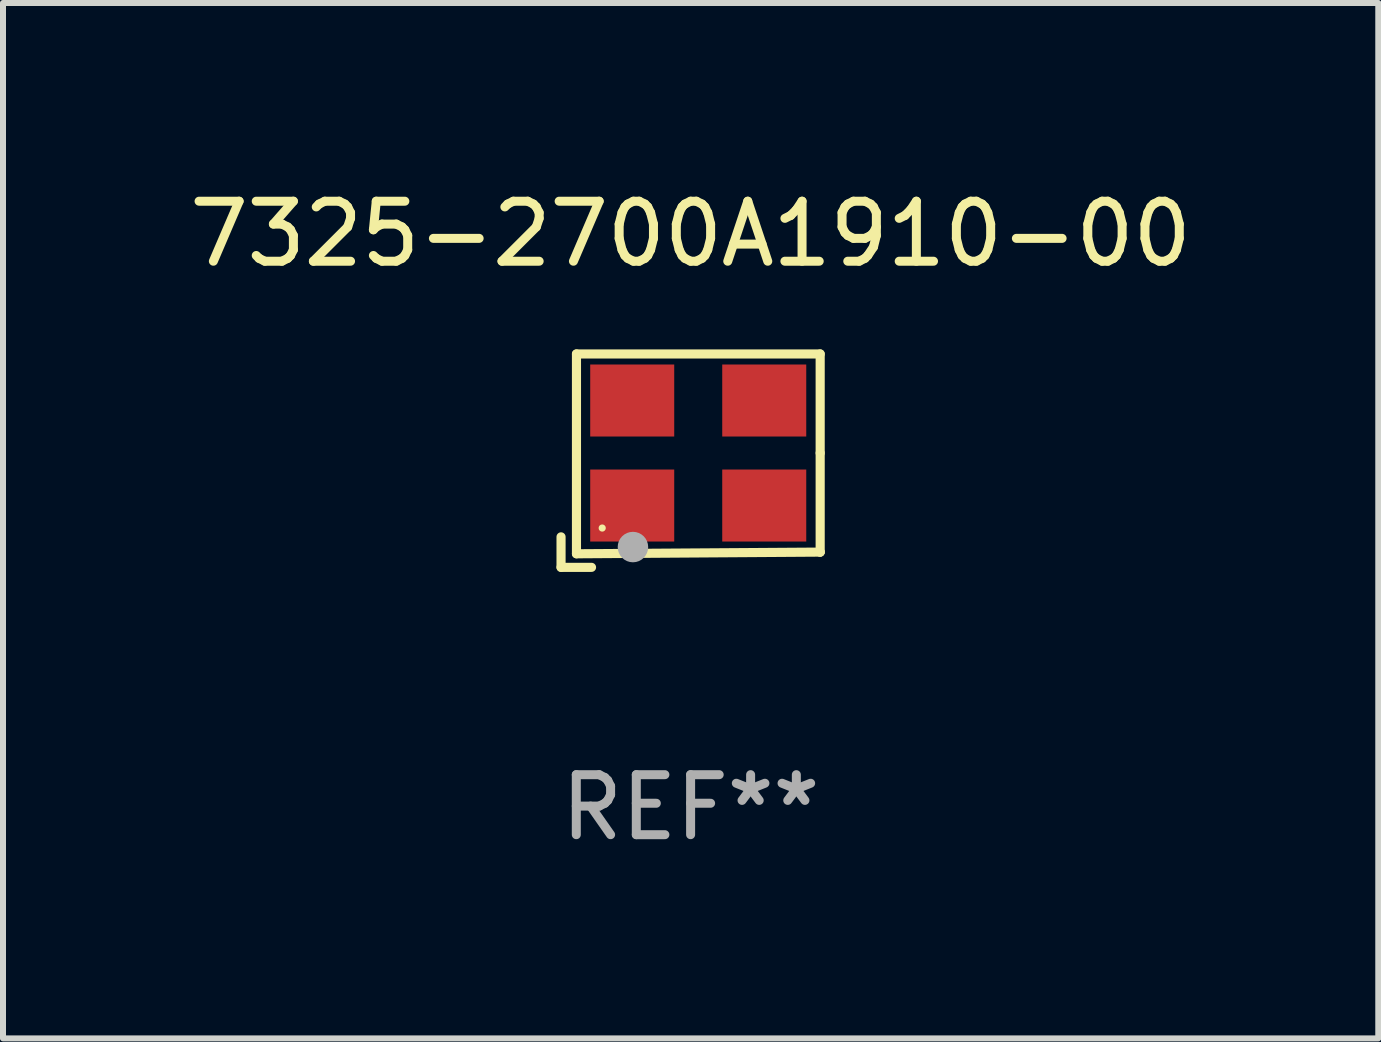
<source format=kicad_pcb>
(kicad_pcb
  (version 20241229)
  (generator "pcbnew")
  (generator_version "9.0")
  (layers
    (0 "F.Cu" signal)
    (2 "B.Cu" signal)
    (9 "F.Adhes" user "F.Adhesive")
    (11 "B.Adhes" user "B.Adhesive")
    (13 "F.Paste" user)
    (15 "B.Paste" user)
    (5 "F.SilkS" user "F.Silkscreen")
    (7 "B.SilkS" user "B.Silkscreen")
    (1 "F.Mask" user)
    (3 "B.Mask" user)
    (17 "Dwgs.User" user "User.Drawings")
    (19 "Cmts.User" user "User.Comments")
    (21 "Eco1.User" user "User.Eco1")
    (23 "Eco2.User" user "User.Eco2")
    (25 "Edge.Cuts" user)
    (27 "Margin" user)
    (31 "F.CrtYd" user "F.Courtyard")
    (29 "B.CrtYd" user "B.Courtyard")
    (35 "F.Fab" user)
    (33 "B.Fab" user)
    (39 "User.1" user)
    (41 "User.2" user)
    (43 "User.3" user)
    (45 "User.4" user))
  (footprint "7325-2700A1910-00"
    (layer "F.Cu")
    (at 8.458 4.626)
    (property "Reference" "7325-2700A1910-00" (at 0 -3.778 0) (layer "F.SilkS") (effects (font (size 1 1) (thickness 0.15))))
    (attr through_hole)
    (fp_line (start -2.159 1.27) (end -2.159 1.778) (stroke (width 0.152) (type solid)) (layer "F.SilkS"))
    (fp_line (start -2.159 1.778) (end -1.651 1.778) (stroke (width 0.152) (type solid)) (layer "F.SilkS"))
    (fp_line (start -1.902 -1.778) (end 2.159 -1.778) (stroke (width 0.152) (type solid)) (layer "F.SilkS"))
    (fp_line (start -1.902 1.552) (end -1.902 -1.778) (stroke (width 0.152) (type solid)) (layer "F.SilkS"))
    (fp_line (start 2.159 -1.778) (end 2.159 -0.127) (stroke (width 0.152) (type solid)) (layer "F.SilkS"))
    (fp_line (start 2.159 -0.127) (end 2.159 1.524) (stroke (width 0.152) (type solid)) (layer "F.SilkS"))
    (fp_line (start 2.159 1.524) (end -1.902 1.552) (stroke (width 0.152) (type solid)) (layer "F.SilkS"))
    (fp_line (start 2.159 1.524) (end 2.159 1.524) (stroke (width 0.152) (type solid)) (layer "F.SilkS"))
    (fp_circle (center -1.473 1.123) (end -1.443 1.123) (stroke (width 0.06) (type solid)) (fill no) (layer "F.SilkS"))
    (fp_circle (center -0.961 1.44) (end -0.834 1.44) (stroke (width 0.254) (type solid)) (fill no) (layer "F.Fab"))
    (fp_text user "REF**" (at 0 5.778 0) (layer "F.Fab") (effects (font (size 1 1) (thickness 0.15))))
    (pad "1" smd rect (at -0.973 0.748) (size 1.4 1.2) (layers "F.Cu" "F.Mask" "F.Paste"))
    (pad "2" smd rect (at 1.227 0.748) (size 1.4 1.2) (layers "F.Cu" "F.Mask" "F.Paste"))
    (pad "3" smd rect (at 1.227 -1.002) (size 1.4 1.2) (layers "F.Cu" "F.Mask" "F.Paste"))
    (pad "4" smd rect (at -0.973 -1.002) (size 1.4 1.2) (layers "F.Cu" "F.Mask" "F.Paste")))
  (gr_rect
    (start -3 -3)
    (end 19.917 14.253)
    (stroke (width 0.1) (type default))
    (fill no)
    (layer "Edge.Cuts")))
</source>
